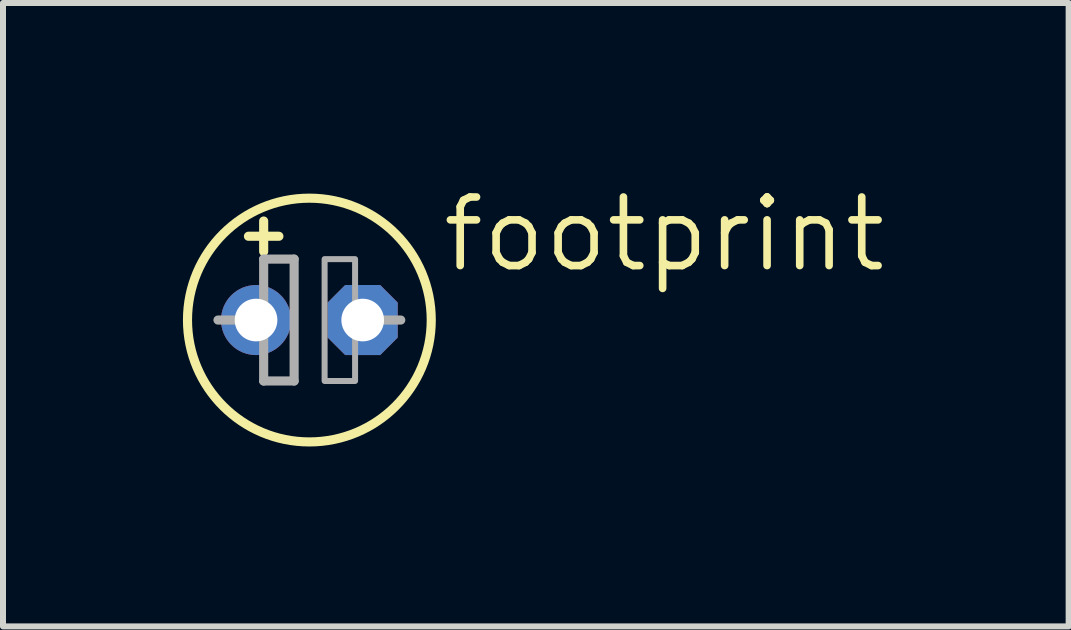
<source format=kicad_pcb>
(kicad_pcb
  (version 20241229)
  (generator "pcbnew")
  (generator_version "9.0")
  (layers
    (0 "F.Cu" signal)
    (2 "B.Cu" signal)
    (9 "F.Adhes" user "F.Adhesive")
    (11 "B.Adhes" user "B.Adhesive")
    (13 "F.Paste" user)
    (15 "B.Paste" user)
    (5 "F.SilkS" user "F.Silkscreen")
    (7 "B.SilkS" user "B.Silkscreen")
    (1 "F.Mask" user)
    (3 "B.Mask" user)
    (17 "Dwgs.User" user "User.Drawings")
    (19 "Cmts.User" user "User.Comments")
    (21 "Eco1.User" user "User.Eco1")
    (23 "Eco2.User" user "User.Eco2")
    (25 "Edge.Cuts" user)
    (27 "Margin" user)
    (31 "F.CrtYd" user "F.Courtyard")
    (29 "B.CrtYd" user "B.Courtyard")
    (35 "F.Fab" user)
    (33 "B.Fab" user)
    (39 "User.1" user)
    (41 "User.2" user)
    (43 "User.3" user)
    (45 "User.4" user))
  (footprint "footprint"
    (layer "F.Cu")
    (at 2.108 2.286)
    (property "Reference" "footprint" (at 2.159 -0.762 0) (layer "F.SilkS") (effects (font (size 1.143 1.143) (thickness 0.127)) (justify left bottom)))
    (fp_line (start -1.016 -1.397) (end -0.508 -1.397) (stroke (width 0.152) (type solid)) (layer "F.SilkS"))
    (fp_line (start -0.762 -1.143) (end -0.762 -1.651) (stroke (width 0.152) (type solid)) (layer "F.SilkS"))
    (fp_circle (center 0 0) (end 2.032 0) (stroke (width 0.152) (type solid)) (fill no) (layer "F.SilkS"))
    (fp_line (start -1.524 0) (end -0.762 0) (stroke (width 0.152) (type solid)) (layer "F.Fab"))
    (fp_line (start -0.762 -1.016) (end -0.762 0) (stroke (width 0.152) (type solid)) (layer "F.Fab"))
    (fp_line (start -0.762 0) (end -0.762 1.016) (stroke (width 0.152) (type solid)) (layer "F.Fab"))
    (fp_line (start -0.762 1.016) (end -0.254 1.016) (stroke (width 0.152) (type solid)) (layer "F.Fab"))
    (fp_line (start -0.254 -1.016) (end -0.762 -1.016) (stroke (width 0.152) (type solid)) (layer "F.Fab"))
    (fp_line (start -0.254 1.016) (end -0.254 -1.016) (stroke (width 0.152) (type solid)) (layer "F.Fab"))
    (fp_line (start 0.635 0) (end 1.524 0) (stroke (width 0.152) (type solid)) (layer "F.Fab"))
    (fp_poly (pts (xy 0.254 1.016) (xy 0.762 1.016) (xy 0.762 -1.016) (xy 0.254 -1.016)) (stroke (width 0.1) (type solid)) (fill no) (layer "F.Fab"))
    (pad "+" thru_hole circle (at -0.889 0) (size 1.168 1.168) (drill 0.711) (layers "*.Cu" "*.Mask"))
    (pad "-" thru_hole roundrect (at 0.889 0) (size 1.168 1.168) (drill 0.711) (layers "*.Cu" "*.Mask") (roundrect_rratio 0.25) (chamfer_ratio 0.25) (chamfer top_left top_right bottom_left bottom_right)))
  (gr_rect
    (start -3 -3)
    (end 14.767 7.394)
    (stroke (width 0.1) (type default))
    (fill no)
    (layer "Edge.Cuts")))
</source>
